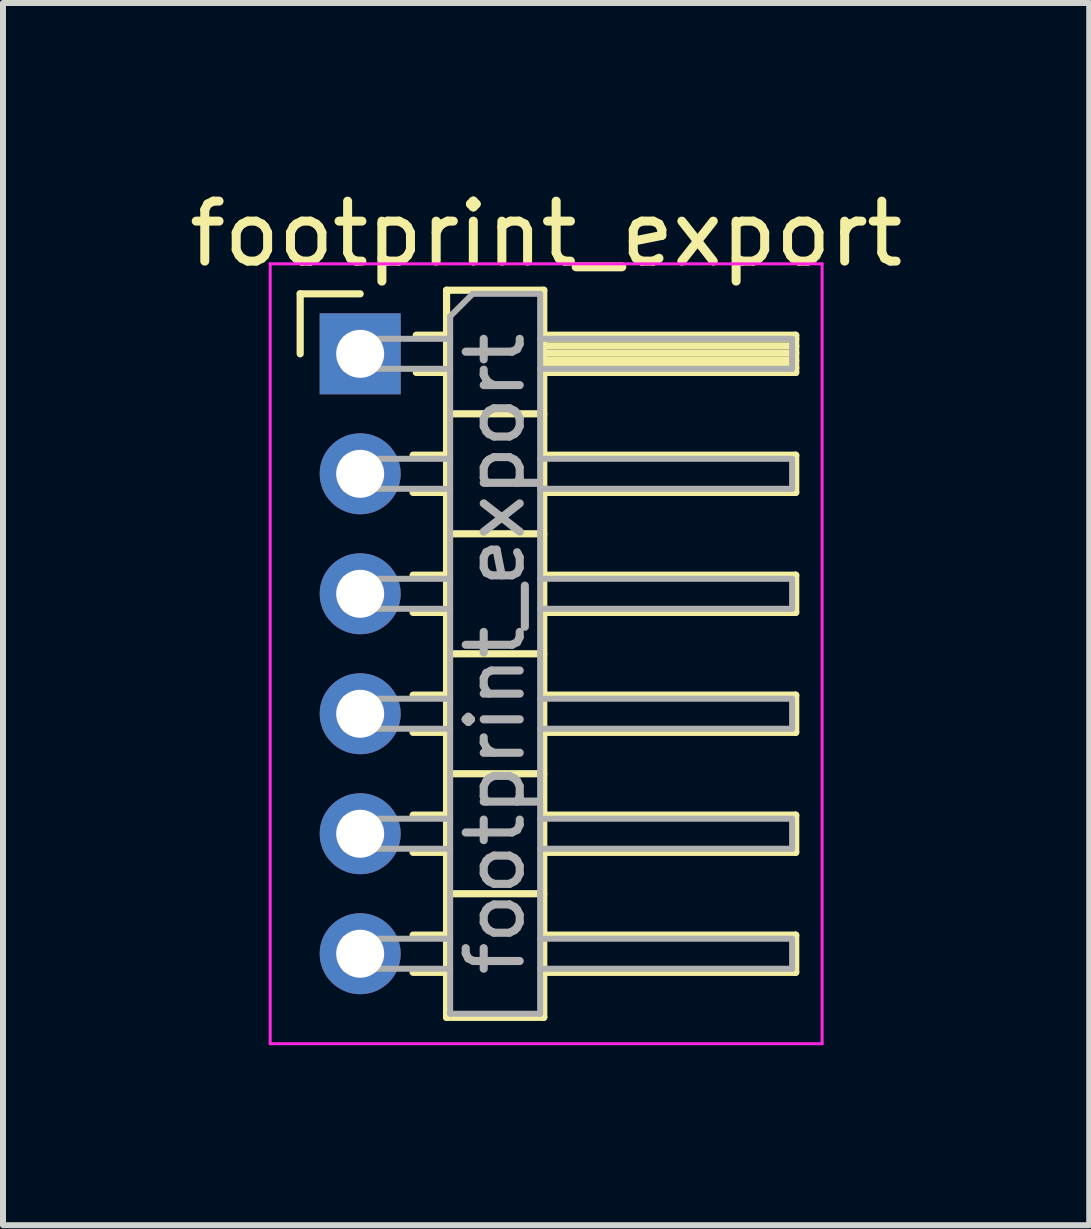
<source format=kicad_pcb>
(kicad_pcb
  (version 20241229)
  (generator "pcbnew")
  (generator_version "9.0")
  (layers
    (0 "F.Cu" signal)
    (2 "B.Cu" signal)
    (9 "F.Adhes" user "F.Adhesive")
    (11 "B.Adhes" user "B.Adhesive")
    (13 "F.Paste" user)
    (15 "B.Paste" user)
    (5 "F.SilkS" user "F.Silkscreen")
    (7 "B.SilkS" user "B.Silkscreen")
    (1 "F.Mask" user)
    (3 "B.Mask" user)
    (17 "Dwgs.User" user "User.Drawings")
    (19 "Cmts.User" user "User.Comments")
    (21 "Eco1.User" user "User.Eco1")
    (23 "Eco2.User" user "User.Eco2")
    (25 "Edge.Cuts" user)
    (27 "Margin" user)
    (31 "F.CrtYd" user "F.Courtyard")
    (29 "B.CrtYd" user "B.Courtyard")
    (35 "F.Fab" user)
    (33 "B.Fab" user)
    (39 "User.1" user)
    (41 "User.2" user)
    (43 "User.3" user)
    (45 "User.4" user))
  (footprint "footprint_export"
    (layer "F.Cu")
    (at 2.954 2.848)
    (property "Reference" "footprint_export" (at 3.1 -2 0) (layer "F.SilkS") (effects (font (size 1 1) (thickness 0.15))))
    (attr through_hole)
    (fp_line (start -1 -1) (end 0 -1) (stroke (width 0.12) (type solid)) (layer "F.SilkS"))
    (fp_line (start -1 0) (end -1 -1) (stroke (width 0.12) (type solid)) (layer "F.SilkS"))
    (fp_line (start 0.882 1.69) (end 1.44 1.69) (stroke (width 0.12) (type solid)) (layer "F.SilkS"))
    (fp_line (start 0.882 2.31) (end 1.44 2.31) (stroke (width 0.12) (type solid)) (layer "F.SilkS"))
    (fp_line (start 0.882 3.69) (end 1.44 3.69) (stroke (width 0.12) (type solid)) (layer "F.SilkS"))
    (fp_line (start 0.882 4.31) (end 1.44 4.31) (stroke (width 0.12) (type solid)) (layer "F.SilkS"))
    (fp_line (start 0.882 5.69) (end 1.44 5.69) (stroke (width 0.12) (type solid)) (layer "F.SilkS"))
    (fp_line (start 0.882 6.31) (end 1.44 6.31) (stroke (width 0.12) (type solid)) (layer "F.SilkS"))
    (fp_line (start 0.882 7.69) (end 1.44 7.69) (stroke (width 0.12) (type solid)) (layer "F.SilkS"))
    (fp_line (start 0.882 8.31) (end 1.44 8.31) (stroke (width 0.12) (type solid)) (layer "F.SilkS"))
    (fp_line (start 0.882 9.69) (end 1.44 9.69) (stroke (width 0.12) (type solid)) (layer "F.SilkS"))
    (fp_line (start 0.882 10.31) (end 1.44 10.31) (stroke (width 0.12) (type solid)) (layer "F.SilkS"))
    (fp_line (start 0.935 -0.31) (end 1.44 -0.31) (stroke (width 0.12) (type solid)) (layer "F.SilkS"))
    (fp_line (start 0.935 0.31) (end 1.44 0.31) (stroke (width 0.12) (type solid)) (layer "F.SilkS"))
    (fp_line (start 1.44 -1.06) (end 1.44 11.06) (stroke (width 0.12) (type solid)) (layer "F.SilkS"))
    (fp_line (start 1.44 1) (end 3.06 1) (stroke (width 0.12) (type solid)) (layer "F.SilkS"))
    (fp_line (start 1.44 3) (end 3.06 3) (stroke (width 0.12) (type solid)) (layer "F.SilkS"))
    (fp_line (start 1.44 5) (end 3.06 5) (stroke (width 0.12) (type solid)) (layer "F.SilkS"))
    (fp_line (start 1.44 7) (end 3.06 7) (stroke (width 0.12) (type solid)) (layer "F.SilkS"))
    (fp_line (start 1.44 9) (end 3.06 9) (stroke (width 0.12) (type solid)) (layer "F.SilkS"))
    (fp_line (start 1.44 11.06) (end 3.06 11.06) (stroke (width 0.12) (type solid)) (layer "F.SilkS"))
    (fp_line (start 3.06 -1.06) (end 1.44 -1.06) (stroke (width 0.12) (type solid)) (layer "F.SilkS"))
    (fp_line (start 3.06 -0.31) (end 7.26 -0.31) (stroke (width 0.12) (type solid)) (layer "F.SilkS"))
    (fp_line (start 3.06 -0.25) (end 7.26 -0.25) (stroke (width 0.12) (type solid)) (layer "F.SilkS"))
    (fp_line (start 3.06 -0.13) (end 7.26 -0.13) (stroke (width 0.12) (type solid)) (layer "F.SilkS"))
    (fp_line (start 3.06 -0.01) (end 7.26 -0.01) (stroke (width 0.12) (type solid)) (layer "F.SilkS"))
    (fp_line (start 3.06 0.11) (end 7.26 0.11) (stroke (width 0.12) (type solid)) (layer "F.SilkS"))
    (fp_line (start 3.06 0.23) (end 7.26 0.23) (stroke (width 0.12) (type solid)) (layer "F.SilkS"))
    (fp_line (start 3.06 1.69) (end 7.26 1.69) (stroke (width 0.12) (type solid)) (layer "F.SilkS"))
    (fp_line (start 3.06 3.69) (end 7.26 3.69) (stroke (width 0.12) (type solid)) (layer "F.SilkS"))
    (fp_line (start 3.06 5.69) (end 7.26 5.69) (stroke (width 0.12) (type solid)) (layer "F.SilkS"))
    (fp_line (start 3.06 7.69) (end 7.26 7.69) (stroke (width 0.12) (type solid)) (layer "F.SilkS"))
    (fp_line (start 3.06 9.69) (end 7.26 9.69) (stroke (width 0.12) (type solid)) (layer "F.SilkS"))
    (fp_line (start 3.06 11.06) (end 3.06 -1.06) (stroke (width 0.12) (type solid)) (layer "F.SilkS"))
    (fp_line (start 7.26 -0.31) (end 7.26 0.31) (stroke (width 0.12) (type solid)) (layer "F.SilkS"))
    (fp_line (start 7.26 0.31) (end 3.06 0.31) (stroke (width 0.12) (type solid)) (layer "F.SilkS"))
    (fp_line (start 7.26 1.69) (end 7.26 2.31) (stroke (width 0.12) (type solid)) (layer "F.SilkS"))
    (fp_line (start 7.26 2.31) (end 3.06 2.31) (stroke (width 0.12) (type solid)) (layer "F.SilkS"))
    (fp_line (start 7.26 3.69) (end 7.26 4.31) (stroke (width 0.12) (type solid)) (layer "F.SilkS"))
    (fp_line (start 7.26 4.31) (end 3.06 4.31) (stroke (width 0.12) (type solid)) (layer "F.SilkS"))
    (fp_line (start 7.26 5.69) (end 7.26 6.31) (stroke (width 0.12) (type solid)) (layer "F.SilkS"))
    (fp_line (start 7.26 6.31) (end 3.06 6.31) (stroke (width 0.12) (type solid)) (layer "F.SilkS"))
    (fp_line (start 7.26 7.69) (end 7.26 8.31) (stroke (width 0.12) (type solid)) (layer "F.SilkS"))
    (fp_line (start 7.26 8.31) (end 3.06 8.31) (stroke (width 0.12) (type solid)) (layer "F.SilkS"))
    (fp_line (start 7.26 9.69) (end 7.26 10.31) (stroke (width 0.12) (type solid)) (layer "F.SilkS"))
    (fp_line (start 7.26 10.31) (end 3.06 10.31) (stroke (width 0.12) (type solid)) (layer "F.SilkS"))
    (fp_line (start -1.5 -1.5) (end -1.5 11.5) (stroke (width 0.05) (type solid)) (layer "F.CrtYd"))
    (fp_line (start -1.5 11.5) (end 7.7 11.5) (stroke (width 0.05) (type solid)) (layer "F.CrtYd"))
    (fp_line (start 7.7 -1.5) (end -1.5 -1.5) (stroke (width 0.05) (type solid)) (layer "F.CrtYd"))
    (fp_line (start 7.7 11.5) (end 7.7 -1.5) (stroke (width 0.05) (type solid)) (layer "F.CrtYd"))
    (fp_line (start -0.25 -0.25) (end -0.25 0.25) (stroke (width 0.1) (type solid)) (layer "F.Fab"))
    (fp_line (start -0.25 -0.25) (end 1.5 -0.25) (stroke (width 0.1) (type solid)) (layer "F.Fab"))
    (fp_line (start -0.25 0.25) (end 1.5 0.25) (stroke (width 0.1) (type solid)) (layer "F.Fab"))
    (fp_line (start -0.25 1.75) (end -0.25 2.25) (stroke (width 0.1) (type solid)) (layer "F.Fab"))
    (fp_line (start -0.25 1.75) (end 1.5 1.75) (stroke (width 0.1) (type solid)) (layer "F.Fab"))
    (fp_line (start -0.25 2.25) (end 1.5 2.25) (stroke (width 0.1) (type solid)) (layer "F.Fab"))
    (fp_line (start -0.25 3.75) (end -0.25 4.25) (stroke (width 0.1) (type solid)) (layer "F.Fab"))
    (fp_line (start -0.25 3.75) (end 1.5 3.75) (stroke (width 0.1) (type solid)) (layer "F.Fab"))
    (fp_line (start -0.25 4.25) (end 1.5 4.25) (stroke (width 0.1) (type solid)) (layer "F.Fab"))
    (fp_line (start -0.25 5.75) (end -0.25 6.25) (stroke (width 0.1) (type solid)) (layer "F.Fab"))
    (fp_line (start -0.25 5.75) (end 1.5 5.75) (stroke (width 0.1) (type solid)) (layer "F.Fab"))
    (fp_line (start -0.25 6.25) (end 1.5 6.25) (stroke (width 0.1) (type solid)) (layer "F.Fab"))
    (fp_line (start -0.25 7.75) (end -0.25 8.25) (stroke (width 0.1) (type solid)) (layer "F.Fab"))
    (fp_line (start -0.25 7.75) (end 1.5 7.75) (stroke (width 0.1) (type solid)) (layer "F.Fab"))
    (fp_line (start -0.25 8.25) (end 1.5 8.25) (stroke (width 0.1) (type solid)) (layer "F.Fab"))
    (fp_line (start -0.25 9.75) (end -0.25 10.25) (stroke (width 0.1) (type solid)) (layer "F.Fab"))
    (fp_line (start -0.25 9.75) (end 1.5 9.75) (stroke (width 0.1) (type solid)) (layer "F.Fab"))
    (fp_line (start -0.25 10.25) (end 1.5 10.25) (stroke (width 0.1) (type solid)) (layer "F.Fab"))
    (fp_line (start 1.5 -0.625) (end 1.875 -1) (stroke (width 0.1) (type solid)) (layer "F.Fab"))
    (fp_line (start 1.5 11) (end 1.5 -0.625) (stroke (width 0.1) (type solid)) (layer "F.Fab"))
    (fp_line (start 1.875 -1) (end 3 -1) (stroke (width 0.1) (type solid)) (layer "F.Fab"))
    (fp_line (start 3 -1) (end 3 11) (stroke (width 0.1) (type solid)) (layer "F.Fab"))
    (fp_line (start 3 -0.25) (end 7.2 -0.25) (stroke (width 0.1) (type solid)) (layer "F.Fab"))
    (fp_line (start 3 0.25) (end 7.2 0.25) (stroke (width 0.1) (type solid)) (layer "F.Fab"))
    (fp_line (start 3 1.75) (end 7.2 1.75) (stroke (width 0.1) (type solid)) (layer "F.Fab"))
    (fp_line (start 3 2.25) (end 7.2 2.25) (stroke (width 0.1) (type solid)) (layer "F.Fab"))
    (fp_line (start 3 3.75) (end 7.2 3.75) (stroke (width 0.1) (type solid)) (layer "F.Fab"))
    (fp_line (start 3 4.25) (end 7.2 4.25) (stroke (width 0.1) (type solid)) (layer "F.Fab"))
    (fp_line (start 3 5.75) (end 7.2 5.75) (stroke (width 0.1) (type solid)) (layer "F.Fab"))
    (fp_line (start 3 6.25) (end 7.2 6.25) (stroke (width 0.1) (type solid)) (layer "F.Fab"))
    (fp_line (start 3 7.75) (end 7.2 7.75) (stroke (width 0.1) (type solid)) (layer "F.Fab"))
    (fp_line (start 3 8.25) (end 7.2 8.25) (stroke (width 0.1) (type solid)) (layer "F.Fab"))
    (fp_line (start 3 9.75) (end 7.2 9.75) (stroke (width 0.1) (type solid)) (layer "F.Fab"))
    (fp_line (start 3 10.25) (end 7.2 10.25) (stroke (width 0.1) (type solid)) (layer "F.Fab"))
    (fp_line (start 3 11) (end 1.5 11) (stroke (width 0.1) (type solid)) (layer "F.Fab"))
    (fp_line (start 7.2 -0.25) (end 7.2 0.25) (stroke (width 0.1) (type solid)) (layer "F.Fab"))
    (fp_line (start 7.2 1.75) (end 7.2 2.25) (stroke (width 0.1) (type solid)) (layer "F.Fab"))
    (fp_line (start 7.2 3.75) (end 7.2 4.25) (stroke (width 0.1) (type solid)) (layer "F.Fab"))
    (fp_line (start 7.2 5.75) (end 7.2 6.25) (stroke (width 0.1) (type solid)) (layer "F.Fab"))
    (fp_line (start 7.2 7.75) (end 7.2 8.25) (stroke (width 0.1) (type solid)) (layer "F.Fab"))
    (fp_line (start 7.2 9.75) (end 7.2 10.25) (stroke (width 0.1) (type solid)) (layer "F.Fab"))
    (fp_text user "${REFERENCE}" (at 2.25 5 90) (layer "F.Fab") (effects (font (size 0.9 0.9) (thickness 0.135))))
    (pad "1" thru_hole rect (at 0 0) (size 1.35 1.35) (drill 0.8) (layers "*.Cu" "*.Mask"))
    (pad "2" thru_hole oval (at 0 2) (size 1.35 1.35) (drill 0.8) (layers "*.Cu" "*.Mask"))
    (pad "3" thru_hole oval (at 0 4) (size 1.35 1.35) (drill 0.8) (layers "*.Cu" "*.Mask"))
    (pad "4" thru_hole oval (at 0 6) (size 1.35 1.35) (drill 0.8) (layers "*.Cu" "*.Mask"))
    (pad "5" thru_hole oval (at 0 8) (size 1.35 1.35) (drill 0.8) (layers "*.Cu" "*.Mask"))
    (pad "6" thru_hole oval (at 0 10) (size 1.35 1.35) (drill 0.8) (layers "*.Cu" "*.Mask")))
  (gr_rect
    (start -3 -3)
    (end 15.107 17.373)
    (stroke (width 0.1) (type default))
    (fill no)
    (layer "Edge.Cuts")))
</source>
